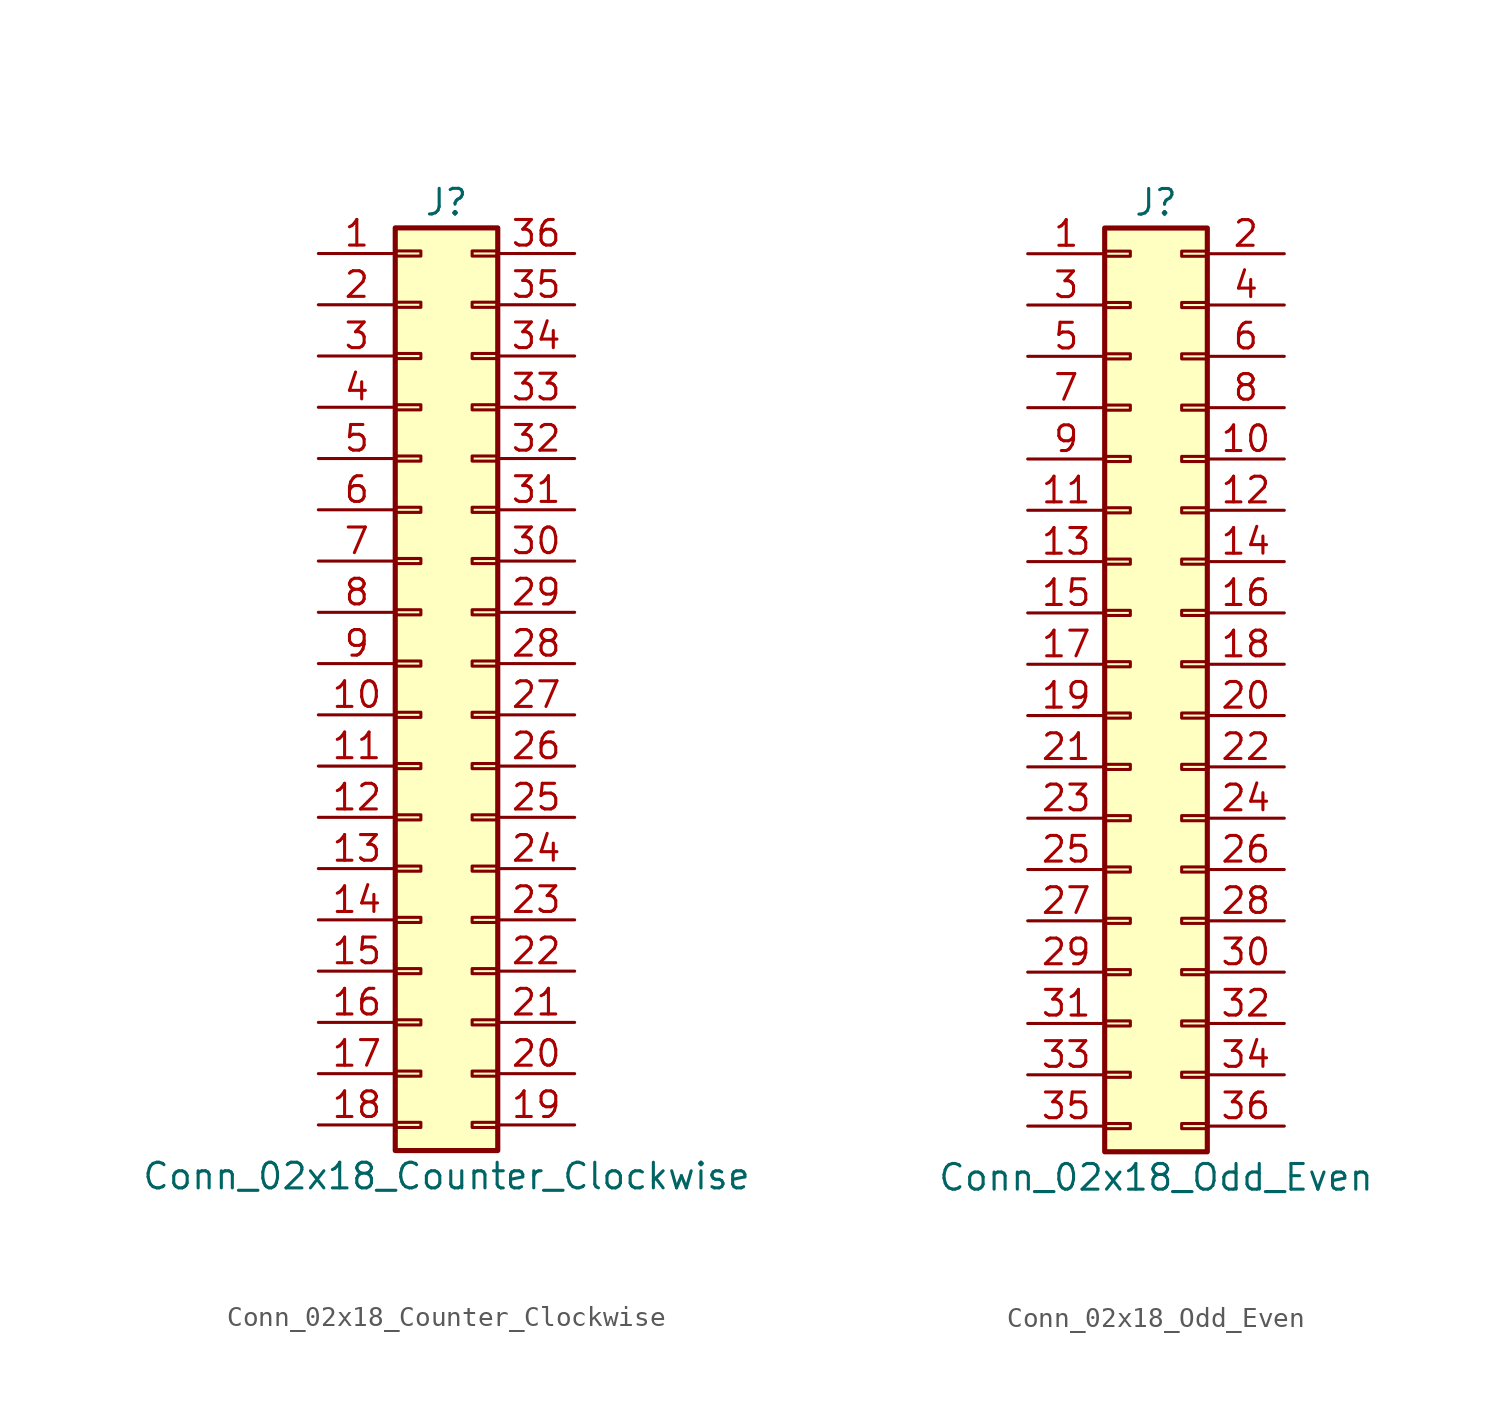
<source format=kicad_sym>
(kicad_symbol_lib
  (version 20201005)
  (generator kicad_symbol_editor)
  (symbol "Conn_02x18_Counter_Clockwise"
    (pin_names
      (offset 1.016) hide)
    (property "Reference" "J"
      (at 1.27 22.86 0)
      (effects (font (size 1.27 1.27))))
    (property "Value" "Conn_02x18_Counter_Clockwise"
      (at 1.27 -25.4 0)
      (effects (font (size 1.27 1.27))))
    (symbol "Conn_02x18_Counter_Clockwise_1_1"
      (rectangle (start -1.27 -22.733) (end 0 -22.987) (stroke (width 0.152)) (fill (type none)))
      (rectangle (start -1.27 -20.193) (end 0 -20.447) (stroke (width 0.152)) (fill (type none)))
      (rectangle (start -1.27 -17.653) (end 0 -17.907) (stroke (width 0.152)) (fill (type none)))
      (rectangle (start -1.27 -15.113) (end 0 -15.367) (stroke (width 0.152)) (fill (type none)))
      (rectangle (start -1.27 -12.573) (end 0 -12.827) (stroke (width 0.152)) (fill (type none)))
      (rectangle (start -1.27 -10.033) (end 0 -10.287) (stroke (width 0.152)) (fill (type none)))
      (rectangle (start -1.27 -7.493) (end 0 -7.747) (stroke (width 0.152)) (fill (type none)))
      (rectangle (start -1.27 -4.953) (end 0 -5.207) (stroke (width 0.152)) (fill (type none)))
      (rectangle (start -1.27 -2.413) (end 0 -2.667) (stroke (width 0.152)) (fill (type none)))
      (rectangle (start -1.27 0.127) (end 0 -0.127) (stroke (width 0.152)) (fill (type none)))
      (rectangle (start -1.27 2.667) (end 0 2.413) (stroke (width 0.152)) (fill (type none)))
      (rectangle (start -1.27 5.207) (end 0 4.953) (stroke (width 0.152)) (fill (type none)))
      (rectangle (start -1.27 7.747) (end 0 7.493) (stroke (width 0.152)) (fill (type none)))
      (rectangle (start -1.27 10.287) (end 0 10.033) (stroke (width 0.152)) (fill (type none)))
      (rectangle (start -1.27 12.827) (end 0 12.573) (stroke (width 0.152)) (fill (type none)))
      (rectangle (start -1.27 15.367) (end 0 15.113) (stroke (width 0.152)) (fill (type none)))
      (rectangle (start -1.27 17.907) (end 0 17.653) (stroke (width 0.152)) (fill (type none)))
      (rectangle (start -1.27 20.447) (end 0 20.193) (stroke (width 0.152)) (fill (type none)))
      (rectangle (start -1.27 21.59) (end 3.81 -24.13) (stroke (width 0.254)) (fill (type background)))
      (rectangle (start 3.81 -22.733) (end 2.54 -22.987) (stroke (width 0.152)) (fill (type none)))
      (rectangle (start 3.81 -20.193) (end 2.54 -20.447) (stroke (width 0.152)) (fill (type none)))
      (rectangle (start 3.81 -17.653) (end 2.54 -17.907) (stroke (width 0.152)) (fill (type none)))
      (rectangle (start 3.81 -15.113) (end 2.54 -15.367) (stroke (width 0.152)) (fill (type none)))
      (rectangle (start 3.81 -12.573) (end 2.54 -12.827) (stroke (width 0.152)) (fill (type none)))
      (rectangle (start 3.81 -10.033) (end 2.54 -10.287) (stroke (width 0.152)) (fill (type none)))
      (rectangle (start 3.81 -7.493) (end 2.54 -7.747) (stroke (width 0.152)) (fill (type none)))
      (rectangle (start 3.81 -4.953) (end 2.54 -5.207) (stroke (width 0.152)) (fill (type none)))
      (rectangle (start 3.81 -2.413) (end 2.54 -2.667) (stroke (width 0.152)) (fill (type none)))
      (rectangle (start 3.81 0.127) (end 2.54 -0.127) (stroke (width 0.152)) (fill (type none)))
      (rectangle (start 3.81 2.667) (end 2.54 2.413) (stroke (width 0.152)) (fill (type none)))
      (rectangle (start 3.81 5.207) (end 2.54 4.953) (stroke (width 0.152)) (fill (type none)))
      (rectangle (start 3.81 7.747) (end 2.54 7.493) (stroke (width 0.152)) (fill (type none)))
      (rectangle (start 3.81 10.287) (end 2.54 10.033) (stroke (width 0.152)) (fill (type none)))
      (rectangle (start 3.81 12.827) (end 2.54 12.573) (stroke (width 0.152)) (fill (type none)))
      (rectangle (start 3.81 15.367) (end 2.54 15.113) (stroke (width 0.152)) (fill (type none)))
      (rectangle (start 3.81 17.907) (end 2.54 17.653) (stroke (width 0.152)) (fill (type none)))
      (rectangle (start 3.81 20.447) (end 2.54 20.193) (stroke (width 0.152)) (fill (type none)))
      (pin passive line (at -5.08 20.32 0) (length 3.81) (name "Pin_1" (effects (font (size 1.27 1.27)))) (number "1" (effects (font (size 1.27 1.27)))))
      (pin passive line (at -5.08 -2.54 0) (length 3.81) (name "Pin_10" (effects (font (size 1.27 1.27)))) (number "10" (effects (font (size 1.27 1.27)))))
      (pin passive line (at -5.08 -5.08 0) (length 3.81) (name "Pin_11" (effects (font (size 1.27 1.27)))) (number "11" (effects (font (size 1.27 1.27)))))
      (pin passive line (at -5.08 -7.62 0) (length 3.81) (name "Pin_12" (effects (font (size 1.27 1.27)))) (number "12" (effects (font (size 1.27 1.27)))))
      (pin passive line (at -5.08 -10.16 0) (length 3.81) (name "Pin_13" (effects (font (size 1.27 1.27)))) (number "13" (effects (font (size 1.27 1.27)))))
      (pin passive line (at -5.08 -12.7 0) (length 3.81) (name "Pin_14" (effects (font (size 1.27 1.27)))) (number "14" (effects (font (size 1.27 1.27)))))
      (pin passive line (at -5.08 -15.24 0) (length 3.81) (name "Pin_15" (effects (font (size 1.27 1.27)))) (number "15" (effects (font (size 1.27 1.27)))))
      (pin passive line (at -5.08 -17.78 0) (length 3.81) (name "Pin_16" (effects (font (size 1.27 1.27)))) (number "16" (effects (font (size 1.27 1.27)))))
      (pin passive line (at -5.08 -20.32 0) (length 3.81) (name "Pin_17" (effects (font (size 1.27 1.27)))) (number "17" (effects (font (size 1.27 1.27)))))
      (pin passive line (at -5.08 -22.86 0) (length 3.81) (name "Pin_18" (effects (font (size 1.27 1.27)))) (number "18" (effects (font (size 1.27 1.27)))))
      (pin passive line (at 7.62 -22.86 180) (length 3.81) (name "Pin_19" (effects (font (size 1.27 1.27)))) (number "19" (effects (font (size 1.27 1.27)))))
      (pin passive line (at -5.08 17.78 0) (length 3.81) (name "Pin_2" (effects (font (size 1.27 1.27)))) (number "2" (effects (font (size 1.27 1.27)))))
      (pin passive line (at 7.62 -20.32 180) (length 3.81) (name "Pin_20" (effects (font (size 1.27 1.27)))) (number "20" (effects (font (size 1.27 1.27)))))
      (pin passive line (at 7.62 -17.78 180) (length 3.81) (name "Pin_21" (effects (font (size 1.27 1.27)))) (number "21" (effects (font (size 1.27 1.27)))))
      (pin passive line (at 7.62 -15.24 180) (length 3.81) (name "Pin_22" (effects (font (size 1.27 1.27)))) (number "22" (effects (font (size 1.27 1.27)))))
      (pin passive line (at 7.62 -12.7 180) (length 3.81) (name "Pin_23" (effects (font (size 1.27 1.27)))) (number "23" (effects (font (size 1.27 1.27)))))
      (pin passive line (at 7.62 -10.16 180) (length 3.81) (name "Pin_24" (effects (font (size 1.27 1.27)))) (number "24" (effects (font (size 1.27 1.27)))))
      (pin passive line (at 7.62 -7.62 180) (length 3.81) (name "Pin_25" (effects (font (size 1.27 1.27)))) (number "25" (effects (font (size 1.27 1.27)))))
      (pin passive line (at 7.62 -5.08 180) (length 3.81) (name "Pin_26" (effects (font (size 1.27 1.27)))) (number "26" (effects (font (size 1.27 1.27)))))
      (pin passive line (at 7.62 -2.54 180) (length 3.81) (name "Pin_27" (effects (font (size 1.27 1.27)))) (number "27" (effects (font (size 1.27 1.27)))))
      (pin passive line (at 7.62 0 180) (length 3.81) (name "Pin_28" (effects (font (size 1.27 1.27)))) (number "28" (effects (font (size 1.27 1.27)))))
      (pin passive line (at 7.62 2.54 180) (length 3.81) (name "Pin_29" (effects (font (size 1.27 1.27)))) (number "29" (effects (font (size 1.27 1.27)))))
      (pin passive line (at -5.08 15.24 0) (length 3.81) (name "Pin_3" (effects (font (size 1.27 1.27)))) (number "3" (effects (font (size 1.27 1.27)))))
      (pin passive line (at 7.62 5.08 180) (length 3.81) (name "Pin_30" (effects (font (size 1.27 1.27)))) (number "30" (effects (font (size 1.27 1.27)))))
      (pin passive line (at 7.62 7.62 180) (length 3.81) (name "Pin_31" (effects (font (size 1.27 1.27)))) (number "31" (effects (font (size 1.27 1.27)))))
      (pin passive line (at 7.62 10.16 180) (length 3.81) (name "Pin_32" (effects (font (size 1.27 1.27)))) (number "32" (effects (font (size 1.27 1.27)))))
      (pin passive line (at 7.62 12.7 180) (length 3.81) (name "Pin_33" (effects (font (size 1.27 1.27)))) (number "33" (effects (font (size 1.27 1.27)))))
      (pin passive line (at 7.62 15.24 180) (length 3.81) (name "Pin_34" (effects (font (size 1.27 1.27)))) (number "34" (effects (font (size 1.27 1.27)))))
      (pin passive line (at 7.62 17.78 180) (length 3.81) (name "Pin_35" (effects (font (size 1.27 1.27)))) (number "35" (effects (font (size 1.27 1.27)))))
      (pin passive line (at 7.62 20.32 180) (length 3.81) (name "Pin_36" (effects (font (size 1.27 1.27)))) (number "36" (effects (font (size 1.27 1.27)))))
      (pin passive line (at -5.08 12.7 0) (length 3.81) (name "Pin_4" (effects (font (size 1.27 1.27)))) (number "4" (effects (font (size 1.27 1.27)))))
      (pin passive line (at -5.08 10.16 0) (length 3.81) (name "Pin_5" (effects (font (size 1.27 1.27)))) (number "5" (effects (font (size 1.27 1.27)))))
      (pin passive line (at -5.08 7.62 0) (length 3.81) (name "Pin_6" (effects (font (size 1.27 1.27)))) (number "6" (effects (font (size 1.27 1.27)))))
      (pin passive line (at -5.08 5.08 0) (length 3.81) (name "Pin_7" (effects (font (size 1.27 1.27)))) (number "7" (effects (font (size 1.27 1.27)))))
      (pin passive line (at -5.08 2.54 0) (length 3.81) (name "Pin_8" (effects (font (size 1.27 1.27)))) (number "8" (effects (font (size 1.27 1.27)))))
      (pin passive line (at -5.08 0 0) (length 3.81) (name "Pin_9" (effects (font (size 1.27 1.27)))) (number "9" (effects (font (size 1.27 1.27)))))))
  (symbol "Conn_02x18_Odd_Even"
    (pin_names
      (offset 1.016) hide)
    (property "Reference" "J"
      (at 1.27 22.86 0)
      (effects (font (size 1.27 1.27))))
    (property "Value" "Conn_02x18_Odd_Even"
      (at 1.27 -25.4 0)
      (effects (font (size 1.27 1.27))))
    (symbol "Conn_02x18_Odd_Even_1_1"
      (rectangle (start -1.27 -22.733) (end 0 -22.987) (stroke (width 0.152)) (fill (type none)))
      (rectangle (start -1.27 -20.193) (end 0 -20.447) (stroke (width 0.152)) (fill (type none)))
      (rectangle (start -1.27 -17.653) (end 0 -17.907) (stroke (width 0.152)) (fill (type none)))
      (rectangle (start -1.27 -15.113) (end 0 -15.367) (stroke (width 0.152)) (fill (type none)))
      (rectangle (start -1.27 -12.573) (end 0 -12.827) (stroke (width 0.152)) (fill (type none)))
      (rectangle (start -1.27 -10.033) (end 0 -10.287) (stroke (width 0.152)) (fill (type none)))
      (rectangle (start -1.27 -7.493) (end 0 -7.747) (stroke (width 0.152)) (fill (type none)))
      (rectangle (start -1.27 -4.953) (end 0 -5.207) (stroke (width 0.152)) (fill (type none)))
      (rectangle (start -1.27 -2.413) (end 0 -2.667) (stroke (width 0.152)) (fill (type none)))
      (rectangle (start -1.27 0.127) (end 0 -0.127) (stroke (width 0.152)) (fill (type none)))
      (rectangle (start -1.27 2.667) (end 0 2.413) (stroke (width 0.152)) (fill (type none)))
      (rectangle (start -1.27 5.207) (end 0 4.953) (stroke (width 0.152)) (fill (type none)))
      (rectangle (start -1.27 7.747) (end 0 7.493) (stroke (width 0.152)) (fill (type none)))
      (rectangle (start -1.27 10.287) (end 0 10.033) (stroke (width 0.152)) (fill (type none)))
      (rectangle (start -1.27 12.827) (end 0 12.573) (stroke (width 0.152)) (fill (type none)))
      (rectangle (start -1.27 15.367) (end 0 15.113) (stroke (width 0.152)) (fill (type none)))
      (rectangle (start -1.27 17.907) (end 0 17.653) (stroke (width 0.152)) (fill (type none)))
      (rectangle (start -1.27 20.447) (end 0 20.193) (stroke (width 0.152)) (fill (type none)))
      (rectangle (start -1.27 21.59) (end 3.81 -24.13) (stroke (width 0.254)) (fill (type background)))
      (rectangle (start 3.81 -22.733) (end 2.54 -22.987) (stroke (width 0.152)) (fill (type none)))
      (rectangle (start 3.81 -20.193) (end 2.54 -20.447) (stroke (width 0.152)) (fill (type none)))
      (rectangle (start 3.81 -17.653) (end 2.54 -17.907) (stroke (width 0.152)) (fill (type none)))
      (rectangle (start 3.81 -15.113) (end 2.54 -15.367) (stroke (width 0.152)) (fill (type none)))
      (rectangle (start 3.81 -12.573) (end 2.54 -12.827) (stroke (width 0.152)) (fill (type none)))
      (rectangle (start 3.81 -10.033) (end 2.54 -10.287) (stroke (width 0.152)) (fill (type none)))
      (rectangle (start 3.81 -7.493) (end 2.54 -7.747) (stroke (width 0.152)) (fill (type none)))
      (rectangle (start 3.81 -4.953) (end 2.54 -5.207) (stroke (width 0.152)) (fill (type none)))
      (rectangle (start 3.81 -2.413) (end 2.54 -2.667) (stroke (width 0.152)) (fill (type none)))
      (rectangle (start 3.81 0.127) (end 2.54 -0.127) (stroke (width 0.152)) (fill (type none)))
      (rectangle (start 3.81 2.667) (end 2.54 2.413) (stroke (width 0.152)) (fill (type none)))
      (rectangle (start 3.81 5.207) (end 2.54 4.953) (stroke (width 0.152)) (fill (type none)))
      (rectangle (start 3.81 7.747) (end 2.54 7.493) (stroke (width 0.152)) (fill (type none)))
      (rectangle (start 3.81 10.287) (end 2.54 10.033) (stroke (width 0.152)) (fill (type none)))
      (rectangle (start 3.81 12.827) (end 2.54 12.573) (stroke (width 0.152)) (fill (type none)))
      (rectangle (start 3.81 15.367) (end 2.54 15.113) (stroke (width 0.152)) (fill (type none)))
      (rectangle (start 3.81 17.907) (end 2.54 17.653) (stroke (width 0.152)) (fill (type none)))
      (rectangle (start 3.81 20.447) (end 2.54 20.193) (stroke (width 0.152)) (fill (type none)))
      (pin passive line (at -5.08 20.32 0) (length 3.81) (name "Pin_1" (effects (font (size 1.27 1.27)))) (number "1" (effects (font (size 1.27 1.27)))))
      (pin passive line (at 7.62 10.16 180) (length 3.81) (name "Pin_10" (effects (font (size 1.27 1.27)))) (number "10" (effects (font (size 1.27 1.27)))))
      (pin passive line (at -5.08 7.62 0) (length 3.81) (name "Pin_11" (effects (font (size 1.27 1.27)))) (number "11" (effects (font (size 1.27 1.27)))))
      (pin passive line (at 7.62 7.62 180) (length 3.81) (name "Pin_12" (effects (font (size 1.27 1.27)))) (number "12" (effects (font (size 1.27 1.27)))))
      (pin passive line (at -5.08 5.08 0) (length 3.81) (name "Pin_13" (effects (font (size 1.27 1.27)))) (number "13" (effects (font (size 1.27 1.27)))))
      (pin passive line (at 7.62 5.08 180) (length 3.81) (name "Pin_14" (effects (font (size 1.27 1.27)))) (number "14" (effects (font (size 1.27 1.27)))))
      (pin passive line (at -5.08 2.54 0) (length 3.81) (name "Pin_15" (effects (font (size 1.27 1.27)))) (number "15" (effects (font (size 1.27 1.27)))))
      (pin passive line (at 7.62 2.54 180) (length 3.81) (name "Pin_16" (effects (font (size 1.27 1.27)))) (number "16" (effects (font (size 1.27 1.27)))))
      (pin passive line (at -5.08 0 0) (length 3.81) (name "Pin_17" (effects (font (size 1.27 1.27)))) (number "17" (effects (font (size 1.27 1.27)))))
      (pin passive line (at 7.62 0 180) (length 3.81) (name "Pin_18" (effects (font (size 1.27 1.27)))) (number "18" (effects (font (size 1.27 1.27)))))
      (pin passive line (at -5.08 -2.54 0) (length 3.81) (name "Pin_19" (effects (font (size 1.27 1.27)))) (number "19" (effects (font (size 1.27 1.27)))))
      (pin passive line (at 7.62 20.32 180) (length 3.81) (name "Pin_2" (effects (font (size 1.27 1.27)))) (number "2" (effects (font (size 1.27 1.27)))))
      (pin passive line (at 7.62 -2.54 180) (length 3.81) (name "Pin_20" (effects (font (size 1.27 1.27)))) (number "20" (effects (font (size 1.27 1.27)))))
      (pin passive line (at -5.08 -5.08 0) (length 3.81) (name "Pin_21" (effects (font (size 1.27 1.27)))) (number "21" (effects (font (size 1.27 1.27)))))
      (pin passive line (at 7.62 -5.08 180) (length 3.81) (name "Pin_22" (effects (font (size 1.27 1.27)))) (number "22" (effects (font (size 1.27 1.27)))))
      (pin passive line (at -5.08 -7.62 0) (length 3.81) (name "Pin_23" (effects (font (size 1.27 1.27)))) (number "23" (effects (font (size 1.27 1.27)))))
      (pin passive line (at 7.62 -7.62 180) (length 3.81) (name "Pin_24" (effects (font (size 1.27 1.27)))) (number "24" (effects (font (size 1.27 1.27)))))
      (pin passive line (at -5.08 -10.16 0) (length 3.81) (name "Pin_25" (effects (font (size 1.27 1.27)))) (number "25" (effects (font (size 1.27 1.27)))))
      (pin passive line (at 7.62 -10.16 180) (length 3.81) (name "Pin_26" (effects (font (size 1.27 1.27)))) (number "26" (effects (font (size 1.27 1.27)))))
      (pin passive line (at -5.08 -12.7 0) (length 3.81) (name "Pin_27" (effects (font (size 1.27 1.27)))) (number "27" (effects (font (size 1.27 1.27)))))
      (pin passive line (at 7.62 -12.7 180) (length 3.81) (name "Pin_28" (effects (font (size 1.27 1.27)))) (number "28" (effects (font (size 1.27 1.27)))))
      (pin passive line (at -5.08 -15.24 0) (length 3.81) (name "Pin_29" (effects (font (size 1.27 1.27)))) (number "29" (effects (font (size 1.27 1.27)))))
      (pin passive line (at -5.08 17.78 0) (length 3.81) (name "Pin_3" (effects (font (size 1.27 1.27)))) (number "3" (effects (font (size 1.27 1.27)))))
      (pin passive line (at 7.62 -15.24 180) (length 3.81) (name "Pin_30" (effects (font (size 1.27 1.27)))) (number "30" (effects (font (size 1.27 1.27)))))
      (pin passive line (at -5.08 -17.78 0) (length 3.81) (name "Pin_31" (effects (font (size 1.27 1.27)))) (number "31" (effects (font (size 1.27 1.27)))))
      (pin passive line (at 7.62 -17.78 180) (length 3.81) (name "Pin_32" (effects (font (size 1.27 1.27)))) (number "32" (effects (font (size 1.27 1.27)))))
      (pin passive line (at -5.08 -20.32 0) (length 3.81) (name "Pin_33" (effects (font (size 1.27 1.27)))) (number "33" (effects (font (size 1.27 1.27)))))
      (pin passive line (at 7.62 -20.32 180) (length 3.81) (name "Pin_34" (effects (font (size 1.27 1.27)))) (number "34" (effects (font (size 1.27 1.27)))))
      (pin passive line (at -5.08 -22.86 0) (length 3.81) (name "Pin_35" (effects (font (size 1.27 1.27)))) (number "35" (effects (font (size 1.27 1.27)))))
      (pin passive line (at 7.62 -22.86 180) (length 3.81) (name "Pin_36" (effects (font (size 1.27 1.27)))) (number "36" (effects (font (size 1.27 1.27)))))
      (pin passive line (at 7.62 17.78 180) (length 3.81) (name "Pin_4" (effects (font (size 1.27 1.27)))) (number "4" (effects (font (size 1.27 1.27)))))
      (pin passive line (at -5.08 15.24 0) (length 3.81) (name "Pin_5" (effects (font (size 1.27 1.27)))) (number "5" (effects (font (size 1.27 1.27)))))
      (pin passive line (at 7.62 15.24 180) (length 3.81) (name "Pin_6" (effects (font (size 1.27 1.27)))) (number "6" (effects (font (size 1.27 1.27)))))
      (pin passive line (at -5.08 12.7 0) (length 3.81) (name "Pin_7" (effects (font (size 1.27 1.27)))) (number "7" (effects (font (size 1.27 1.27)))))
      (pin passive line (at 7.62 12.7 180) (length 3.81) (name "Pin_8" (effects (font (size 1.27 1.27)))) (number "8" (effects (font (size 1.27 1.27)))))
      (pin passive line (at -5.08 10.16 0) (length 3.81) (name "Pin_9" (effects (font (size 1.27 1.27)))) (number "9" (effects (font (size 1.27 1.27))))))))
</source>
